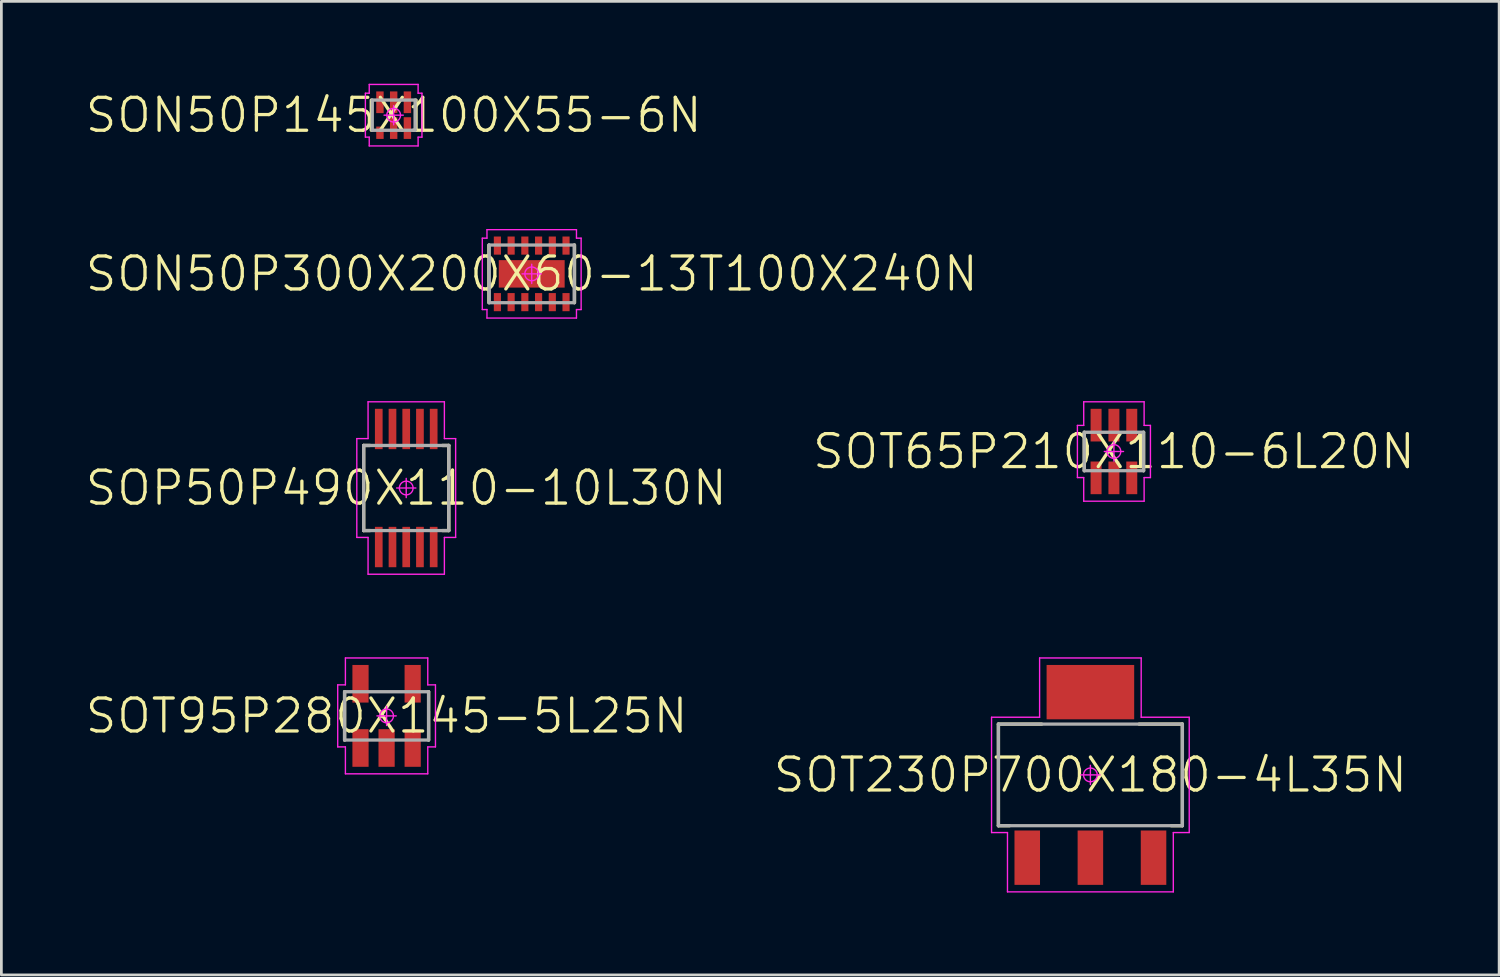
<source format=kicad_pcb>
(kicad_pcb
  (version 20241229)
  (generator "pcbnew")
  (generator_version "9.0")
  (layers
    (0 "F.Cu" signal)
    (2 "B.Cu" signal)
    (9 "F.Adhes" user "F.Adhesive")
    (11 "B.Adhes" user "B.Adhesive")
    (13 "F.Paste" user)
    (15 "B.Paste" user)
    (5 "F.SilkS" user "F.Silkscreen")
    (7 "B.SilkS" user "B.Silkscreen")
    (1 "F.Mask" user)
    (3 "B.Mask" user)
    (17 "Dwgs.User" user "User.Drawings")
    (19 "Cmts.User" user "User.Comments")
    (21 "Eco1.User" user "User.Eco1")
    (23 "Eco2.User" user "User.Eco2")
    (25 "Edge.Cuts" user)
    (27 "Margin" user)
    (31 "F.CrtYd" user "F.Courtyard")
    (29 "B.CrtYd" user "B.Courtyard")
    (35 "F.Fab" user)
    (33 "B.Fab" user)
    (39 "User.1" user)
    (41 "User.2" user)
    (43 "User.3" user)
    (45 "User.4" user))
  (footprint "SON50P145X100X55-6N"
    (layer "F.Cu")
    (at 11.289 1.145)
    (property "Reference" "SON50P145X100X55-6N" (at 0 0 0) (layer "F.SilkS") (effects (font (size 1.2 1.2) (thickness 0.12))))
    (attr smd)
    (fp_line (start -0.815 0.55) (end -0.815 -0.55) (stroke (width 0.12) (type solid)) (layer "F.SilkS"))
    (fp_line (start 0.815 0.55) (end 0.815 -0.55) (stroke (width 0.12) (type solid)) (layer "F.SilkS"))
    (fp_line (start -1.03 -0.8) (end -1.03 0.8) (stroke (width 0.05) (type solid)) (layer "F.CrtYd"))
    (fp_line (start -1.03 0.8) (end -0.89 0.8) (stroke (width 0.05) (type solid)) (layer "F.CrtYd"))
    (fp_line (start -0.89 -1.12) (end -0.89 -0.8) (stroke (width 0.05) (type solid)) (layer "F.CrtYd"))
    (fp_line (start -0.89 -0.8) (end -1.03 -0.8) (stroke (width 0.05) (type solid)) (layer "F.CrtYd"))
    (fp_line (start -0.89 0.8) (end -0.89 1.12) (stroke (width 0.05) (type solid)) (layer "F.CrtYd"))
    (fp_line (start -0.89 1.12) (end 0.89 1.12) (stroke (width 0.05) (type solid)) (layer "F.CrtYd"))
    (fp_line (start -0.35 0) (end 0.35 0) (stroke (width 0.05) (type solid)) (layer "F.CrtYd"))
    (fp_line (start 0 -0.35) (end 0 0.35) (stroke (width 0.05) (type solid)) (layer "F.CrtYd"))
    (fp_line (start 0.89 -1.12) (end -0.89 -1.12) (stroke (width 0.05) (type solid)) (layer "F.CrtYd"))
    (fp_line (start 0.89 -0.8) (end 0.89 -1.12) (stroke (width 0.05) (type solid)) (layer "F.CrtYd"))
    (fp_line (start 0.89 0.8) (end 1.03 0.8) (stroke (width 0.05) (type solid)) (layer "F.CrtYd"))
    (fp_line (start 0.89 1.12) (end 0.89 0.8) (stroke (width 0.05) (type solid)) (layer "F.CrtYd"))
    (fp_line (start 1.03 -0.8) (end 0.89 -0.8) (stroke (width 0.05) (type solid)) (layer "F.CrtYd"))
    (fp_line (start 1.03 0.8) (end 1.03 -0.8) (stroke (width 0.05) (type solid)) (layer "F.CrtYd"))
    (fp_circle (center 0 0) (end 0 0.25) (stroke (width 0.05) (type solid)) (fill no) (layer "F.CrtYd"))
    (fp_line (start -0.78 -0.55) (end 0.78 -0.55) (stroke (width 0.12) (type solid)) (layer "F.Fab"))
    (fp_line (start -0.78 0.55) (end -0.78 -0.55) (stroke (width 0.12) (type solid)) (layer "F.Fab"))
    (fp_line (start 0.78 -0.55) (end 0.78 0.55) (stroke (width 0.12) (type solid)) (layer "F.Fab"))
    (fp_line (start 0.78 0.55) (end -0.78 0.55) (stroke (width 0.12) (type solid)) (layer "F.Fab"))
    (pad "1" smd rect (at -0.5 0.64 90) (size 0.45 0.27) (layers "F.Cu" "F.Mask" "F.Paste"))
    (pad "2" smd rect (at 0 0.47 90) (size 0.79 0.27) (layers "F.Cu" "F.Mask" "F.Paste"))
    (pad "3" smd rect (at 0.5 0.47 90) (size 0.79 0.27) (layers "F.Cu" "F.Mask" "F.Paste"))
    (pad "4" smd rect (at 0.5 -0.47 90) (size 0.79 0.27) (layers "F.Cu" "F.Mask" "F.Paste"))
    (pad "5" smd rect (at 0 -0.47 90) (size 0.79 0.27) (layers "F.Cu" "F.Mask" "F.Paste"))
    (pad "6" smd rect (at -0.5 -0.47 90) (size 0.79 0.27) (layers "F.Cu" "F.Mask" "F.Paste")))
  (footprint "SOT95P280X145-5L25N"
    (layer "F.Cu")
    (at 11.031 23.025)
    (property "Reference" "SOT95P280X145-5L25N" (at 0 0 0) (layer "F.SilkS") (effects (font (size 1.2 1.2) (thickness 0.12))))
    (attr smd)
    (fp_line (start -1.53 0.88) (end -1.53 -0.88) (stroke (width 0.12) (type solid)) (layer "F.SilkS"))
    (fp_line (start 1.53 0.88) (end 1.53 -0.88) (stroke (width 0.12) (type solid)) (layer "F.SilkS"))
    (fp_line (start -1.78 -1.13) (end -1.78 1.13) (stroke (width 0.05) (type solid)) (layer "F.CrtYd"))
    (fp_line (start -1.78 1.13) (end -1.5 1.13) (stroke (width 0.05) (type solid)) (layer "F.CrtYd"))
    (fp_line (start -1.5 -2.11) (end -1.5 -1.13) (stroke (width 0.05) (type solid)) (layer "F.CrtYd"))
    (fp_line (start -1.5 -1.13) (end -1.78 -1.13) (stroke (width 0.05) (type solid)) (layer "F.CrtYd"))
    (fp_line (start -1.5 1.13) (end -1.5 2.11) (stroke (width 0.05) (type solid)) (layer "F.CrtYd"))
    (fp_line (start -1.5 2.11) (end 1.5 2.11) (stroke (width 0.05) (type solid)) (layer "F.CrtYd"))
    (fp_line (start -0.35 0) (end 0.35 0) (stroke (width 0.05) (type solid)) (layer "F.CrtYd"))
    (fp_line (start 0 -0.35) (end 0 0.35) (stroke (width 0.05) (type solid)) (layer "F.CrtYd"))
    (fp_line (start 1.5 -2.11) (end -1.5 -2.11) (stroke (width 0.05) (type solid)) (layer "F.CrtYd"))
    (fp_line (start 1.5 -1.13) (end 1.5 -2.11) (stroke (width 0.05) (type solid)) (layer "F.CrtYd"))
    (fp_line (start 1.5 1.13) (end 1.78 1.13) (stroke (width 0.05) (type solid)) (layer "F.CrtYd"))
    (fp_line (start 1.5 2.11) (end 1.5 1.13) (stroke (width 0.05) (type solid)) (layer "F.CrtYd"))
    (fp_line (start 1.78 -1.13) (end 1.5 -1.13) (stroke (width 0.05) (type solid)) (layer "F.CrtYd"))
    (fp_line (start 1.78 1.13) (end 1.78 -1.13) (stroke (width 0.05) (type solid)) (layer "F.CrtYd"))
    (fp_circle (center 0 0) (end 0 0.25) (stroke (width 0.05) (type solid)) (fill no) (layer "F.CrtYd"))
    (fp_line (start -1.53 -0.88) (end 1.53 -0.88) (stroke (width 0.12) (type solid)) (layer "F.Fab"))
    (fp_line (start -1.53 0.88) (end -1.53 -0.88) (stroke (width 0.12) (type solid)) (layer "F.Fab"))
    (fp_line (start 1.53 -0.88) (end 1.53 0.88) (stroke (width 0.12) (type solid)) (layer "F.Fab"))
    (fp_line (start 1.53 0.88) (end -1.53 0.88) (stroke (width 0.12) (type solid)) (layer "F.Fab"))
    (pad "1" smd rect (at -0.95 1.17 90) (size 1.37 0.59) (layers "F.Cu" "F.Mask" "F.Paste"))
    (pad "2" smd rect (at 0 1.17 90) (size 1.37 0.59) (layers "F.Cu" "F.Mask" "F.Paste"))
    (pad "3" smd rect (at 0.95 1.17 90) (size 1.37 0.59) (layers "F.Cu" "F.Mask" "F.Paste"))
    (pad "4" smd rect (at 0.95 -1.17 90) (size 1.37 0.59) (layers "F.Cu" "F.Mask" "F.Paste"))
    (pad "5" smd rect (at -0.95 -1.17 90) (size 1.37 0.59) (layers "F.Cu" "F.Mask" "F.Paste")))
  (footprint "SOP50P490X110-10L30N"
    (layer "F.Cu")
    (at 11.746 14.725)
    (property "Reference" "SOP50P490X110-10L30N" (at 0 0 0) (layer "F.SilkS") (effects (font (size 1.2 1.2) (thickness 0.12))))
    (attr smd)
    (fp_line (start -1.55 -1.55) (end -1.32 -1.55) (stroke (width 0.12) (type solid)) (layer "F.SilkS"))
    (fp_line (start -1.55 1.55) (end -1.55 -1.55) (stroke (width 0.12) (type solid)) (layer "F.SilkS"))
    (fp_line (start -1.32 1.55) (end -1.55 1.55) (stroke (width 0.12) (type solid)) (layer "F.SilkS"))
    (fp_line (start 1.32 1.55) (end 1.55 1.55) (stroke (width 0.12) (type solid)) (layer "F.SilkS"))
    (fp_line (start 1.55 -1.55) (end 1.32 -1.55) (stroke (width 0.12) (type solid)) (layer "F.SilkS"))
    (fp_line (start 1.55 1.55) (end 1.55 -1.55) (stroke (width 0.12) (type solid)) (layer "F.SilkS"))
    (fp_line (start -1.8 -1.8) (end -1.8 1.8) (stroke (width 0.05) (type solid)) (layer "F.CrtYd"))
    (fp_line (start -1.8 1.8) (end -1.39 1.8) (stroke (width 0.05) (type solid)) (layer "F.CrtYd"))
    (fp_line (start -1.39 -3.14) (end -1.39 -1.8) (stroke (width 0.05) (type solid)) (layer "F.CrtYd"))
    (fp_line (start -1.39 -1.8) (end -1.8 -1.8) (stroke (width 0.05) (type solid)) (layer "F.CrtYd"))
    (fp_line (start -1.39 1.8) (end -1.39 3.14) (stroke (width 0.05) (type solid)) (layer "F.CrtYd"))
    (fp_line (start -1.39 3.14) (end 1.39 3.14) (stroke (width 0.05) (type solid)) (layer "F.CrtYd"))
    (fp_line (start -0.35 0) (end 0.35 0) (stroke (width 0.05) (type solid)) (layer "F.CrtYd"))
    (fp_line (start 0 -0.35) (end 0 0.35) (stroke (width 0.05) (type solid)) (layer "F.CrtYd"))
    (fp_line (start 1.39 -3.14) (end -1.39 -3.14) (stroke (width 0.05) (type solid)) (layer "F.CrtYd"))
    (fp_line (start 1.39 -1.8) (end 1.39 -3.14) (stroke (width 0.05) (type solid)) (layer "F.CrtYd"))
    (fp_line (start 1.39 1.8) (end 1.8 1.8) (stroke (width 0.05) (type solid)) (layer "F.CrtYd"))
    (fp_line (start 1.39 3.14) (end 1.39 1.8) (stroke (width 0.05) (type solid)) (layer "F.CrtYd"))
    (fp_line (start 1.8 -1.8) (end 1.39 -1.8) (stroke (width 0.05) (type solid)) (layer "F.CrtYd"))
    (fp_line (start 1.8 1.8) (end 1.8 -1.8) (stroke (width 0.05) (type solid)) (layer "F.CrtYd"))
    (fp_circle (center 0 0) (end 0 0.25) (stroke (width 0.05) (type solid)) (fill no) (layer "F.CrtYd"))
    (fp_line (start -1.55 -1.55) (end 1.55 -1.55) (stroke (width 0.12) (type solid)) (layer "F.Fab"))
    (fp_line (start -1.55 1.55) (end -1.55 -1.55) (stroke (width 0.12) (type solid)) (layer "F.Fab"))
    (fp_line (start 1.55 -1.55) (end 1.55 1.55) (stroke (width 0.12) (type solid)) (layer "F.Fab"))
    (fp_line (start 1.55 1.55) (end -1.55 1.55) (stroke (width 0.12) (type solid)) (layer "F.Fab"))
    (pad "1" smd rect (at -1 2.15 90) (size 1.47 0.28) (layers "F.Cu" "F.Mask" "F.Paste"))
    (pad "2" smd rect (at -0.5 2.15 90) (size 1.47 0.28) (layers "F.Cu" "F.Mask" "F.Paste"))
    (pad "3" smd rect (at 0 2.15 90) (size 1.47 0.28) (layers "F.Cu" "F.Mask" "F.Paste"))
    (pad "4" smd rect (at 0.5 2.15 90) (size 1.47 0.28) (layers "F.Cu" "F.Mask" "F.Paste"))
    (pad "5" smd rect (at 1 2.15 90) (size 1.47 0.28) (layers "F.Cu" "F.Mask" "F.Paste"))
    (pad "6" smd rect (at 1 -2.15 90) (size 1.47 0.28) (layers "F.Cu" "F.Mask" "F.Paste"))
    (pad "7" smd rect (at 0.5 -2.15 90) (size 1.47 0.28) (layers "F.Cu" "F.Mask" "F.Paste"))
    (pad "8" smd rect (at 0 -2.15 90) (size 1.47 0.28) (layers "F.Cu" "F.Mask" "F.Paste"))
    (pad "9" smd rect (at -0.5 -2.15 90) (size 1.47 0.28) (layers "F.Cu" "F.Mask" "F.Paste"))
    (pad "10" smd rect (at -1 -2.15 90) (size 1.47 0.28) (layers "F.Cu" "F.Mask" "F.Paste")))
  (footprint "SOT230P700X180-4L35N"
    (layer "F.Cu")
    (at 36.666 25.175)
    (property "Reference" "SOT230P700X180-4L35N" (at 0 0 0) (layer "F.SilkS") (effects (font (size 1.2 1.2) (thickness 0.12))))
    (attr smd)
    (fp_line (start -3.35 -1.85) (end -1.775 -1.85) (stroke (width 0.12) (type solid)) (layer "F.SilkS"))
    (fp_line (start -3.35 1.85) (end -3.35 -1.85) (stroke (width 0.12) (type solid)) (layer "F.SilkS"))
    (fp_line (start -2.945 1.85) (end -3.35 1.85) (stroke (width 0.12) (type solid)) (layer "F.SilkS"))
    (fp_line (start 2.945 1.85) (end 3.35 1.85) (stroke (width 0.12) (type solid)) (layer "F.SilkS"))
    (fp_line (start 3.35 -1.85) (end 1.775 -1.85) (stroke (width 0.12) (type solid)) (layer "F.SilkS"))
    (fp_line (start 3.35 1.85) (end 3.35 -1.85) (stroke (width 0.12) (type solid)) (layer "F.SilkS"))
    (fp_line (start -3.6 -2.1) (end -3.6 2.1) (stroke (width 0.05) (type solid)) (layer "F.CrtYd"))
    (fp_line (start -3.6 2.1) (end -3.02 2.1) (stroke (width 0.05) (type solid)) (layer "F.CrtYd"))
    (fp_line (start -3.02 2.1) (end -3.02 4.26) (stroke (width 0.05) (type solid)) (layer "F.CrtYd"))
    (fp_line (start -3.02 4.26) (end 3.02 4.26) (stroke (width 0.05) (type solid)) (layer "F.CrtYd"))
    (fp_line (start -1.85 -4.26) (end -1.85 -2.1) (stroke (width 0.05) (type solid)) (layer "F.CrtYd"))
    (fp_line (start -1.85 -2.1) (end -3.6 -2.1) (stroke (width 0.05) (type solid)) (layer "F.CrtYd"))
    (fp_line (start -0.35 0) (end 0.35 0) (stroke (width 0.05) (type solid)) (layer "F.CrtYd"))
    (fp_line (start 0 -0.35) (end 0 0.35) (stroke (width 0.05) (type solid)) (layer "F.CrtYd"))
    (fp_line (start 1.85 -4.26) (end -1.85 -4.26) (stroke (width 0.05) (type solid)) (layer "F.CrtYd"))
    (fp_line (start 1.85 -2.1) (end 1.85 -4.26) (stroke (width 0.05) (type solid)) (layer "F.CrtYd"))
    (fp_line (start 3.02 2.1) (end 3.6 2.1) (stroke (width 0.05) (type solid)) (layer "F.CrtYd"))
    (fp_line (start 3.02 4.26) (end 3.02 2.1) (stroke (width 0.05) (type solid)) (layer "F.CrtYd"))
    (fp_line (start 3.6 -2.1) (end 1.85 -2.1) (stroke (width 0.05) (type solid)) (layer "F.CrtYd"))
    (fp_line (start 3.6 2.1) (end 3.6 -2.1) (stroke (width 0.05) (type solid)) (layer "F.CrtYd"))
    (fp_circle (center 0 0) (end 0 0.25) (stroke (width 0.05) (type solid)) (fill no) (layer "F.CrtYd"))
    (fp_line (start -3.35 -1.85) (end 3.35 -1.85) (stroke (width 0.12) (type solid)) (layer "F.Fab"))
    (fp_line (start -3.35 1.85) (end -3.35 -1.85) (stroke (width 0.12) (type solid)) (layer "F.Fab"))
    (fp_line (start 3.35 -1.85) (end 3.35 1.85) (stroke (width 0.12) (type solid)) (layer "F.Fab"))
    (fp_line (start 3.35 1.85) (end -3.35 1.85) (stroke (width 0.12) (type solid)) (layer "F.Fab"))
    (pad "1" smd rect (at -2.3 3.015 90) (size 1.98 0.93) (layers "F.Cu" "F.Mask" "F.Paste"))
    (pad "2" smd rect (at 0 3.015 90) (size 1.98 0.93) (layers "F.Cu" "F.Mask" "F.Paste"))
    (pad "3" smd rect (at 2.3 3.015 90) (size 1.98 0.93) (layers "F.Cu" "F.Mask" "F.Paste"))
    (pad "4" smd rect (at 0 -3.015 90) (size 1.98 3.19) (layers "F.Cu" "F.Mask" "F.Paste")))
  (footprint "SON50P300X200X60-13T100X240N"
    (layer "F.Cu")
    (at 16.317 6.925)
    (property "Reference" "SON50P300X200X60-13T100X240N" (at 0 0 0) (layer "F.SilkS") (effects (font (size 1.2 1.2) (thickness 0.12))))
    (attr smd)
    (fp_line (start -1.56 1.05) (end -1.56 -1.05) (stroke (width 0.12) (type solid)) (layer "F.SilkS"))
    (fp_line (start 1.56 1.05) (end 1.56 -1.05) (stroke (width 0.12) (type solid)) (layer "F.SilkS"))
    (fp_line (start -1.8 -1.3) (end -1.8 1.3) (stroke (width 0.05) (type solid)) (layer "F.CrtYd"))
    (fp_line (start -1.8 1.3) (end -1.63 1.3) (stroke (width 0.05) (type solid)) (layer "F.CrtYd"))
    (fp_line (start -1.63 -1.61) (end -1.63 -1.3) (stroke (width 0.05) (type solid)) (layer "F.CrtYd"))
    (fp_line (start -1.63 -1.3) (end -1.8 -1.3) (stroke (width 0.05) (type solid)) (layer "F.CrtYd"))
    (fp_line (start -1.63 1.3) (end -1.63 1.61) (stroke (width 0.05) (type solid)) (layer "F.CrtYd"))
    (fp_line (start -1.63 1.61) (end 1.63 1.61) (stroke (width 0.05) (type solid)) (layer "F.CrtYd"))
    (fp_line (start -0.35 0) (end 0.35 0) (stroke (width 0.05) (type solid)) (layer "F.CrtYd"))
    (fp_line (start 0 -0.35) (end 0 0.35) (stroke (width 0.05) (type solid)) (layer "F.CrtYd"))
    (fp_line (start 1.63 -1.61) (end -1.63 -1.61) (stroke (width 0.05) (type solid)) (layer "F.CrtYd"))
    (fp_line (start 1.63 -1.3) (end 1.63 -1.61) (stroke (width 0.05) (type solid)) (layer "F.CrtYd"))
    (fp_line (start 1.63 1.3) (end 1.8 1.3) (stroke (width 0.05) (type solid)) (layer "F.CrtYd"))
    (fp_line (start 1.63 1.61) (end 1.63 1.3) (stroke (width 0.05) (type solid)) (layer "F.CrtYd"))
    (fp_line (start 1.8 -1.3) (end 1.63 -1.3) (stroke (width 0.05) (type solid)) (layer "F.CrtYd"))
    (fp_line (start 1.8 1.3) (end 1.8 -1.3) (stroke (width 0.05) (type solid)) (layer "F.CrtYd"))
    (fp_circle (center 0 0) (end 0 0.25) (stroke (width 0.05) (type solid)) (fill no) (layer "F.CrtYd"))
    (fp_line (start -1.55 -1.05) (end 1.55 -1.05) (stroke (width 0.12) (type solid)) (layer "F.Fab"))
    (fp_line (start -1.55 1.05) (end -1.55 -1.05) (stroke (width 0.12) (type solid)) (layer "F.Fab"))
    (fp_line (start 1.55 -1.05) (end 1.55 1.05) (stroke (width 0.12) (type solid)) (layer "F.Fab"))
    (fp_line (start 1.55 1.05) (end -1.55 1.05) (stroke (width 0.12) (type solid)) (layer "F.Fab"))
    (pad "1" smd rect (at -1.25 1.03 90) (size 0.66 0.26) (layers "F.Cu" "F.Mask" "F.Paste"))
    (pad "2" smd rect (at -0.75 1.03 90) (size 0.66 0.26) (layers "F.Cu" "F.Mask" "F.Paste"))
    (pad "3" smd rect (at -0.25 1.03 90) (size 0.66 0.26) (layers "F.Cu" "F.Mask" "F.Paste"))
    (pad "4" smd rect (at 0.25 1.03 90) (size 0.66 0.26) (layers "F.Cu" "F.Mask" "F.Paste"))
    (pad "5" smd rect (at 0.75 1.03 90) (size 0.66 0.26) (layers "F.Cu" "F.Mask" "F.Paste"))
    (pad "6" smd rect (at 1.25 1.03 90) (size 0.66 0.26) (layers "F.Cu" "F.Mask" "F.Paste"))
    (pad "7" smd rect (at 1.25 -1.03 90) (size 0.66 0.26) (layers "F.Cu" "F.Mask" "F.Paste"))
    (pad "8" smd rect (at 0.75 -1.03 90) (size 0.66 0.26) (layers "F.Cu" "F.Mask" "F.Paste"))
    (pad "9" smd rect (at 0.25 -1.03 90) (size 0.66 0.26) (layers "F.Cu" "F.Mask" "F.Paste"))
    (pad "10" smd rect (at -0.25 -1.03 90) (size 0.66 0.26) (layers "F.Cu" "F.Mask" "F.Paste"))
    (pad "11" smd rect (at -0.75 -1.03 90) (size 0.66 0.26) (layers "F.Cu" "F.Mask" "F.Paste"))
    (pad "12" smd rect (at -1.25 -1.03 90) (size 0.66 0.26) (layers "F.Cu" "F.Mask" "F.Paste"))
    (pad "13" smd rect (at 0 0 90) (size 1 2.4) (layers "F.Cu" "F.Mask")))
  (footprint "SOT65P210X110-6L20N"
    (layer "F.Cu")
    (at 37.523 13.395)
    (property "Reference" "SOT65P210X110-6L20N" (at 0 0 0) (layer "F.SilkS") (effects (font (size 1.2 1.2) (thickness 0.12))))
    (attr smd)
    (fp_line (start -1.08 0.7) (end -1.08 -0.7) (stroke (width 0.12) (type solid)) (layer "F.SilkS"))
    (fp_line (start 1.08 0.7) (end 1.08 -0.7) (stroke (width 0.12) (type solid)) (layer "F.SilkS"))
    (fp_line (start -1.33 -0.95) (end -1.33 0.95) (stroke (width 0.05) (type solid)) (layer "F.CrtYd"))
    (fp_line (start -1.33 0.95) (end -1.1 0.95) (stroke (width 0.05) (type solid)) (layer "F.CrtYd"))
    (fp_line (start -1.1 -1.81) (end -1.1 -0.95) (stroke (width 0.05) (type solid)) (layer "F.CrtYd"))
    (fp_line (start -1.1 -0.95) (end -1.33 -0.95) (stroke (width 0.05) (type solid)) (layer "F.CrtYd"))
    (fp_line (start -1.1 0.95) (end -1.1 1.81) (stroke (width 0.05) (type solid)) (layer "F.CrtYd"))
    (fp_line (start -1.1 1.81) (end 1.1 1.81) (stroke (width 0.05) (type solid)) (layer "F.CrtYd"))
    (fp_line (start -0.35 0) (end 0.35 0) (stroke (width 0.05) (type solid)) (layer "F.CrtYd"))
    (fp_line (start 0 -0.35) (end 0 0.35) (stroke (width 0.05) (type solid)) (layer "F.CrtYd"))
    (fp_line (start 1.1 -1.81) (end -1.1 -1.81) (stroke (width 0.05) (type solid)) (layer "F.CrtYd"))
    (fp_line (start 1.1 -0.95) (end 1.1 -1.81) (stroke (width 0.05) (type solid)) (layer "F.CrtYd"))
    (fp_line (start 1.1 0.95) (end 1.33 0.95) (stroke (width 0.05) (type solid)) (layer "F.CrtYd"))
    (fp_line (start 1.1 1.81) (end 1.1 0.95) (stroke (width 0.05) (type solid)) (layer "F.CrtYd"))
    (fp_line (start 1.33 -0.95) (end 1.1 -0.95) (stroke (width 0.05) (type solid)) (layer "F.CrtYd"))
    (fp_line (start 1.33 0.95) (end 1.33 -0.95) (stroke (width 0.05) (type solid)) (layer "F.CrtYd"))
    (fp_circle (center 0 0) (end 0 0.25) (stroke (width 0.05) (type solid)) (fill no) (layer "F.CrtYd"))
    (fp_line (start -1.08 -0.7) (end 1.08 -0.7) (stroke (width 0.12) (type solid)) (layer "F.Fab"))
    (fp_line (start -1.08 0.7) (end -1.08 -0.7) (stroke (width 0.12) (type solid)) (layer "F.Fab"))
    (fp_line (start 1.08 -0.7) (end 1.08 0.7) (stroke (width 0.12) (type solid)) (layer "F.Fab"))
    (fp_line (start 1.08 0.7) (end -1.08 0.7) (stroke (width 0.12) (type solid)) (layer "F.Fab"))
    (pad "1" smd rect (at -0.65 0.96 90) (size 1.19 0.4) (layers "F.Cu" "F.Mask" "F.Paste"))
    (pad "2" smd rect (at 0 0.96 90) (size 1.19 0.4) (layers "F.Cu" "F.Mask" "F.Paste"))
    (pad "3" smd rect (at 0.65 0.96 90) (size 1.19 0.4) (layers "F.Cu" "F.Mask" "F.Paste"))
    (pad "4" smd rect (at 0.65 -0.96 90) (size 1.19 0.4) (layers "F.Cu" "F.Mask" "F.Paste"))
    (pad "5" smd rect (at 0 -0.96 90) (size 1.19 0.4) (layers "F.Cu" "F.Mask" "F.Paste"))
    (pad "6" smd rect (at -0.65 -0.96 90) (size 1.19 0.4) (layers "F.Cu" "F.Mask" "F.Paste")))
  (gr_rect
    (start -3 -3)
    (end 51.554 32.46)
    (stroke (width 0.1) (type default))
    (fill no)
    (layer "Edge.Cuts")))
</source>
